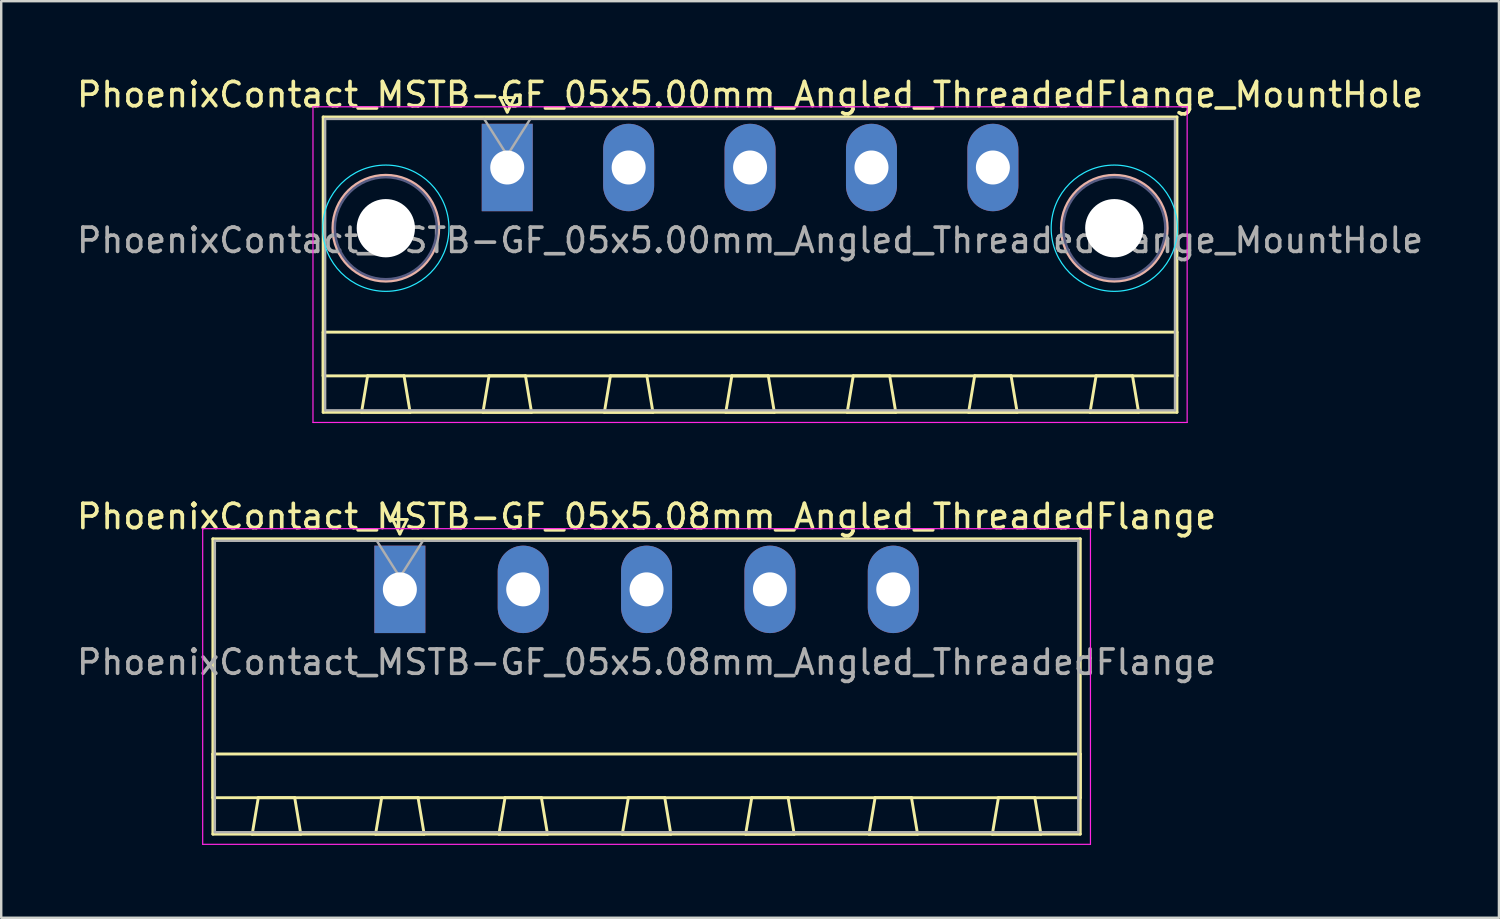
<source format=kicad_pcb>
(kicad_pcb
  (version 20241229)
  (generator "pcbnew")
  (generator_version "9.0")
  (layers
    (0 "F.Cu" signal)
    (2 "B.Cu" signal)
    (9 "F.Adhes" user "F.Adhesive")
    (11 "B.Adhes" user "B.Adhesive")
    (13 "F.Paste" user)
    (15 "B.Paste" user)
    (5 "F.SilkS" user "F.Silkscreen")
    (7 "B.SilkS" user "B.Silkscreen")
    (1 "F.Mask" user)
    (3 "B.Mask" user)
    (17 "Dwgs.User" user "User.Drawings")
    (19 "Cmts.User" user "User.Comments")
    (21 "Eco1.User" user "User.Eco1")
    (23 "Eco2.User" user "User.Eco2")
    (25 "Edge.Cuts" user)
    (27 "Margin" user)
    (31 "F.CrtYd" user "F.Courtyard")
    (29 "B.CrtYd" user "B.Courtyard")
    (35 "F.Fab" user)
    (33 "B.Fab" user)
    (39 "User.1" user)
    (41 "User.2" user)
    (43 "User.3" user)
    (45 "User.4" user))
  (footprint "PhoenixContact_MSTB-GF_05x5.00mm_Angled_ThreadedFlange_MountHole"
    (layer "F.Cu")
    (at 17.839 3.848)
    (property "Reference" "PhoenixContact_MSTB-GF_05x5.00mm_Angled_ThreadedFlange_MountHole" (at 10 -3 0) (layer "F.SilkS") (effects (font (size 1 1) (thickness 0.15))))
    (attr through_hole)
    (fp_line (start -7.58 -2.08) (end -7.58 10.08) (stroke (width 0.12) (type solid)) (layer "F.SilkS"))
    (fp_line (start -7.58 6.78) (end 27.58 6.78) (stroke (width 0.12) (type solid)) (layer "F.SilkS"))
    (fp_line (start -7.58 8.58) (end -7.58 6.78) (stroke (width 0.12) (type solid)) (layer "F.SilkS"))
    (fp_line (start -7.58 10.08) (end 27.58 10.08) (stroke (width 0.12) (type solid)) (layer "F.SilkS"))
    (fp_line (start -6 10.08) (end -4 10.08) (stroke (width 0.12) (type solid)) (layer "F.SilkS"))
    (fp_line (start -5.75 8.58) (end -6 10.08) (stroke (width 0.12) (type solid)) (layer "F.SilkS"))
    (fp_line (start -4.25 8.58) (end -5.75 8.58) (stroke (width 0.12) (type solid)) (layer "F.SilkS"))
    (fp_line (start -4 10.08) (end -4.25 8.58) (stroke (width 0.12) (type solid)) (layer "F.SilkS"))
    (fp_line (start -1 10.08) (end 1 10.08) (stroke (width 0.12) (type solid)) (layer "F.SilkS"))
    (fp_line (start -0.75 8.58) (end -1 10.08) (stroke (width 0.12) (type solid)) (layer "F.SilkS"))
    (fp_line (start -0.3 -2.88) (end 0.3 -2.88) (stroke (width 0.12) (type solid)) (layer "F.SilkS"))
    (fp_line (start 0 -2.28) (end -0.3 -2.88) (stroke (width 0.12) (type solid)) (layer "F.SilkS"))
    (fp_line (start 0.3 -2.88) (end 0 -2.28) (stroke (width 0.12) (type solid)) (layer "F.SilkS"))
    (fp_line (start 0.75 8.58) (end -0.75 8.58) (stroke (width 0.12) (type solid)) (layer "F.SilkS"))
    (fp_line (start 1 10.08) (end 0.75 8.58) (stroke (width 0.12) (type solid)) (layer "F.SilkS"))
    (fp_line (start 4 10.08) (end 6 10.08) (stroke (width 0.12) (type solid)) (layer "F.SilkS"))
    (fp_line (start 4.25 8.58) (end 4 10.08) (stroke (width 0.12) (type solid)) (layer "F.SilkS"))
    (fp_line (start 5.75 8.58) (end 4.25 8.58) (stroke (width 0.12) (type solid)) (layer "F.SilkS"))
    (fp_line (start 6 10.08) (end 5.75 8.58) (stroke (width 0.12) (type solid)) (layer "F.SilkS"))
    (fp_line (start 9 10.08) (end 11 10.08) (stroke (width 0.12) (type solid)) (layer "F.SilkS"))
    (fp_line (start 9.25 8.58) (end 9 10.08) (stroke (width 0.12) (type solid)) (layer "F.SilkS"))
    (fp_line (start 10.75 8.58) (end 9.25 8.58) (stroke (width 0.12) (type solid)) (layer "F.SilkS"))
    (fp_line (start 11 10.08) (end 10.75 8.58) (stroke (width 0.12) (type solid)) (layer "F.SilkS"))
    (fp_line (start 14 10.08) (end 16 10.08) (stroke (width 0.12) (type solid)) (layer "F.SilkS"))
    (fp_line (start 14.25 8.58) (end 14 10.08) (stroke (width 0.12) (type solid)) (layer "F.SilkS"))
    (fp_line (start 15.75 8.58) (end 14.25 8.58) (stroke (width 0.12) (type solid)) (layer "F.SilkS"))
    (fp_line (start 16 10.08) (end 15.75 8.58) (stroke (width 0.12) (type solid)) (layer "F.SilkS"))
    (fp_line (start 19 10.08) (end 21 10.08) (stroke (width 0.12) (type solid)) (layer "F.SilkS"))
    (fp_line (start 19.25 8.58) (end 19 10.08) (stroke (width 0.12) (type solid)) (layer "F.SilkS"))
    (fp_line (start 20.75 8.58) (end 19.25 8.58) (stroke (width 0.12) (type solid)) (layer "F.SilkS"))
    (fp_line (start 21 10.08) (end 20.75 8.58) (stroke (width 0.12) (type solid)) (layer "F.SilkS"))
    (fp_line (start 24 10.08) (end 26 10.08) (stroke (width 0.12) (type solid)) (layer "F.SilkS"))
    (fp_line (start 24.25 8.58) (end 24 10.08) (stroke (width 0.12) (type solid)) (layer "F.SilkS"))
    (fp_line (start 25.75 8.58) (end 24.25 8.58) (stroke (width 0.12) (type solid)) (layer "F.SilkS"))
    (fp_line (start 26 10.08) (end 25.75 8.58) (stroke (width 0.12) (type solid)) (layer "F.SilkS"))
    (fp_line (start 27.58 -2.08) (end -7.58 -2.08) (stroke (width 0.12) (type solid)) (layer "F.SilkS"))
    (fp_line (start 27.58 6.78) (end 27.58 8.58) (stroke (width 0.12) (type solid)) (layer "F.SilkS"))
    (fp_line (start 27.58 8.58) (end -7.58 8.58) (stroke (width 0.12) (type solid)) (layer "F.SilkS"))
    (fp_line (start 27.58 10.08) (end 27.58 -2.08) (stroke (width 0.12) (type solid)) (layer "F.SilkS"))
    (fp_circle (center -5 2.5) (end -2.82 2.5) (stroke (width 0.12) (type solid)) (fill no) (layer "B.SilkS"))
    (fp_circle (center 25 2.5) (end 27.18 2.5) (stroke (width 0.12) (type solid)) (fill no) (layer "B.SilkS"))
    (fp_circle (center -5 2.5) (end -2.4 2.5) (stroke (width 0.05) (type solid)) (fill no) (layer "B.CrtYd"))
    (fp_circle (center 25 2.5) (end 27.6 2.5) (stroke (width 0.05) (type solid)) (fill no) (layer "B.CrtYd"))
    (fp_line (start -8 -2.5) (end -8 10.5) (stroke (width 0.05) (type solid)) (layer "F.CrtYd"))
    (fp_line (start -8 10.5) (end 28 10.5) (stroke (width 0.05) (type solid)) (layer "F.CrtYd"))
    (fp_line (start 28 -2.5) (end -8 -2.5) (stroke (width 0.05) (type solid)) (layer "F.CrtYd"))
    (fp_line (start 28 10.5) (end 28 -2.5) (stroke (width 0.05) (type solid)) (layer "F.CrtYd"))
    (fp_circle (center -5 2.5) (end -2.9 2.5) (stroke (width 0.1) (type solid)) (fill no) (layer "B.Fab"))
    (fp_circle (center 25 2.5) (end 27.1 2.5) (stroke (width 0.1) (type solid)) (fill no) (layer "B.Fab"))
    (fp_line (start -7.5 -2) (end -7.5 10) (stroke (width 0.1) (type solid)) (layer "F.Fab"))
    (fp_line (start -7.5 10) (end 27.5 10) (stroke (width 0.1) (type solid)) (layer "F.Fab"))
    (fp_line (start 0 -0.5) (end -0.95 -2) (stroke (width 0.1) (type solid)) (layer "F.Fab"))
    (fp_line (start 0.95 -2) (end 0 -0.5) (stroke (width 0.1) (type solid)) (layer "F.Fab"))
    (fp_line (start 27.5 -2) (end -7.5 -2) (stroke (width 0.1) (type solid)) (layer "F.Fab"))
    (fp_line (start 27.5 10) (end 27.5 -2) (stroke (width 0.1) (type solid)) (layer "F.Fab"))
    (fp_text user "${REFERENCE}" (at 10 3 0) (layer "F.Fab") (effects (font (size 1 1) (thickness 0.15))))
    (pad "" np_thru_hole circle (at -5 2.5) (size 2.4 2.4) (drill 2.4) (layers "*.Cu" "*.Mask"))
    (pad "" np_thru_hole circle (at 25 2.5) (size 2.4 2.4) (drill 2.4) (layers "*.Cu" "*.Mask"))
    (pad "1" thru_hole rect (at 0 0) (size 2.1 3.6) (drill 1.4) (layers "*.Cu" "*.Mask"))
    (pad "2" thru_hole oval (at 5 0) (size 2.1 3.6) (drill 1.4) (layers "*.Cu" "*.Mask"))
    (pad "3" thru_hole oval (at 10 0) (size 2.1 3.6) (drill 1.4) (layers "*.Cu" "*.Mask"))
    (pad "4" thru_hole oval (at 15 0) (size 2.1 3.6) (drill 1.4) (layers "*.Cu" "*.Mask"))
    (pad "5" thru_hole oval (at 20 0) (size 2.1 3.6) (drill 1.4) (layers "*.Cu" "*.Mask")))
  (footprint "PhoenixContact_MSTB-GF_05x5.08mm_Angled_ThreadedFlange"
    (layer "F.Cu")
    (at 13.417 21.221)
    (property "Reference" "PhoenixContact_MSTB-GF_05x5.08mm_Angled_ThreadedFlange" (at 10.16 -3 0) (layer "F.SilkS") (effects (font (size 1 1) (thickness 0.15))))
    (attr through_hole)
    (fp_line (start -7.7 -2.08) (end -7.7 10.08) (stroke (width 0.12) (type solid)) (layer "F.SilkS"))
    (fp_line (start -7.7 6.78) (end 28.02 6.78) (stroke (width 0.12) (type solid)) (layer "F.SilkS"))
    (fp_line (start -7.7 8.58) (end -7.7 6.78) (stroke (width 0.12) (type solid)) (layer "F.SilkS"))
    (fp_line (start -7.7 10.08) (end 28.02 10.08) (stroke (width 0.12) (type solid)) (layer "F.SilkS"))
    (fp_line (start -6.08 10.08) (end -4.08 10.08) (stroke (width 0.12) (type solid)) (layer "F.SilkS"))
    (fp_line (start -5.83 8.58) (end -6.08 10.08) (stroke (width 0.12) (type solid)) (layer "F.SilkS"))
    (fp_line (start -4.33 8.58) (end -5.83 8.58) (stroke (width 0.12) (type solid)) (layer "F.SilkS"))
    (fp_line (start -4.08 10.08) (end -4.33 8.58) (stroke (width 0.12) (type solid)) (layer "F.SilkS"))
    (fp_line (start -1 10.08) (end 1 10.08) (stroke (width 0.12) (type solid)) (layer "F.SilkS"))
    (fp_line (start -0.75 8.58) (end -1 10.08) (stroke (width 0.12) (type solid)) (layer "F.SilkS"))
    (fp_line (start -0.3 -2.88) (end 0.3 -2.88) (stroke (width 0.12) (type solid)) (layer "F.SilkS"))
    (fp_line (start 0 -2.28) (end -0.3 -2.88) (stroke (width 0.12) (type solid)) (layer "F.SilkS"))
    (fp_line (start 0.3 -2.88) (end 0 -2.28) (stroke (width 0.12) (type solid)) (layer "F.SilkS"))
    (fp_line (start 0.75 8.58) (end -0.75 8.58) (stroke (width 0.12) (type solid)) (layer "F.SilkS"))
    (fp_line (start 1 10.08) (end 0.75 8.58) (stroke (width 0.12) (type solid)) (layer "F.SilkS"))
    (fp_line (start 4.08 10.08) (end 6.08 10.08) (stroke (width 0.12) (type solid)) (layer "F.SilkS"))
    (fp_line (start 4.33 8.58) (end 4.08 10.08) (stroke (width 0.12) (type solid)) (layer "F.SilkS"))
    (fp_line (start 5.83 8.58) (end 4.33 8.58) (stroke (width 0.12) (type solid)) (layer "F.SilkS"))
    (fp_line (start 6.08 10.08) (end 5.83 8.58) (stroke (width 0.12) (type solid)) (layer "F.SilkS"))
    (fp_line (start 9.16 10.08) (end 11.16 10.08) (stroke (width 0.12) (type solid)) (layer "F.SilkS"))
    (fp_line (start 9.41 8.58) (end 9.16 10.08) (stroke (width 0.12) (type solid)) (layer "F.SilkS"))
    (fp_line (start 10.91 8.58) (end 9.41 8.58) (stroke (width 0.12) (type solid)) (layer "F.SilkS"))
    (fp_line (start 11.16 10.08) (end 10.91 8.58) (stroke (width 0.12) (type solid)) (layer "F.SilkS"))
    (fp_line (start 14.24 10.08) (end 16.24 10.08) (stroke (width 0.12) (type solid)) (layer "F.SilkS"))
    (fp_line (start 14.49 8.58) (end 14.24 10.08) (stroke (width 0.12) (type solid)) (layer "F.SilkS"))
    (fp_line (start 15.99 8.58) (end 14.49 8.58) (stroke (width 0.12) (type solid)) (layer "F.SilkS"))
    (fp_line (start 16.24 10.08) (end 15.99 8.58) (stroke (width 0.12) (type solid)) (layer "F.SilkS"))
    (fp_line (start 19.32 10.08) (end 21.32 10.08) (stroke (width 0.12) (type solid)) (layer "F.SilkS"))
    (fp_line (start 19.57 8.58) (end 19.32 10.08) (stroke (width 0.12) (type solid)) (layer "F.SilkS"))
    (fp_line (start 21.07 8.58) (end 19.57 8.58) (stroke (width 0.12) (type solid)) (layer "F.SilkS"))
    (fp_line (start 21.32 10.08) (end 21.07 8.58) (stroke (width 0.12) (type solid)) (layer "F.SilkS"))
    (fp_line (start 24.4 10.08) (end 26.4 10.08) (stroke (width 0.12) (type solid)) (layer "F.SilkS"))
    (fp_line (start 24.65 8.58) (end 24.4 10.08) (stroke (width 0.12) (type solid)) (layer "F.SilkS"))
    (fp_line (start 26.15 8.58) (end 24.65 8.58) (stroke (width 0.12) (type solid)) (layer "F.SilkS"))
    (fp_line (start 26.4 10.08) (end 26.15 8.58) (stroke (width 0.12) (type solid)) (layer "F.SilkS"))
    (fp_line (start 28.02 -2.08) (end -7.7 -2.08) (stroke (width 0.12) (type solid)) (layer "F.SilkS"))
    (fp_line (start 28.02 6.78) (end 28.02 8.58) (stroke (width 0.12) (type solid)) (layer "F.SilkS"))
    (fp_line (start 28.02 8.58) (end -7.7 8.58) (stroke (width 0.12) (type solid)) (layer "F.SilkS"))
    (fp_line (start 28.02 10.08) (end 28.02 -2.08) (stroke (width 0.12) (type solid)) (layer "F.SilkS"))
    (fp_line (start -8.12 -2.5) (end -8.12 10.5) (stroke (width 0.05) (type solid)) (layer "F.CrtYd"))
    (fp_line (start -8.12 10.5) (end 28.44 10.5) (stroke (width 0.05) (type solid)) (layer "F.CrtYd"))
    (fp_line (start 28.44 -2.5) (end -8.12 -2.5) (stroke (width 0.05) (type solid)) (layer "F.CrtYd"))
    (fp_line (start 28.44 10.5) (end 28.44 -2.5) (stroke (width 0.05) (type solid)) (layer "F.CrtYd"))
    (fp_line (start -7.62 -2) (end -7.62 10) (stroke (width 0.1) (type solid)) (layer "F.Fab"))
    (fp_line (start -7.62 10) (end 27.94 10) (stroke (width 0.1) (type solid)) (layer "F.Fab"))
    (fp_line (start 0 -0.5) (end -0.95 -2) (stroke (width 0.1) (type solid)) (layer "F.Fab"))
    (fp_line (start 0.95 -2) (end 0 -0.5) (stroke (width 0.1) (type solid)) (layer "F.Fab"))
    (fp_line (start 27.94 -2) (end -7.62 -2) (stroke (width 0.1) (type solid)) (layer "F.Fab"))
    (fp_line (start 27.94 10) (end 27.94 -2) (stroke (width 0.1) (type solid)) (layer "F.Fab"))
    (fp_text user "${REFERENCE}" (at 10.16 3 0) (layer "F.Fab") (effects (font (size 1 1) (thickness 0.15))))
    (pad "1" thru_hole rect (at 0 0) (size 2.1 3.6) (drill 1.4) (layers "*.Cu" "*.Mask"))
    (pad "2" thru_hole oval (at 5.08 0) (size 2.1 3.6) (drill 1.4) (layers "*.Cu" "*.Mask"))
    (pad "3" thru_hole oval (at 10.16 0) (size 2.1 3.6) (drill 1.4) (layers "*.Cu" "*.Mask"))
    (pad "4" thru_hole oval (at 15.24 0) (size 2.1 3.6) (drill 1.4) (layers "*.Cu" "*.Mask"))
    (pad "5" thru_hole oval (at 20.32 0) (size 2.1 3.6) (drill 1.4) (layers "*.Cu" "*.Mask")))
  (gr_rect
    (start -3 -3)
    (end 58.679 34.746)
    (stroke (width 0.1) (type default))
    (fill no)
    (layer "Edge.Cuts")))
</source>
